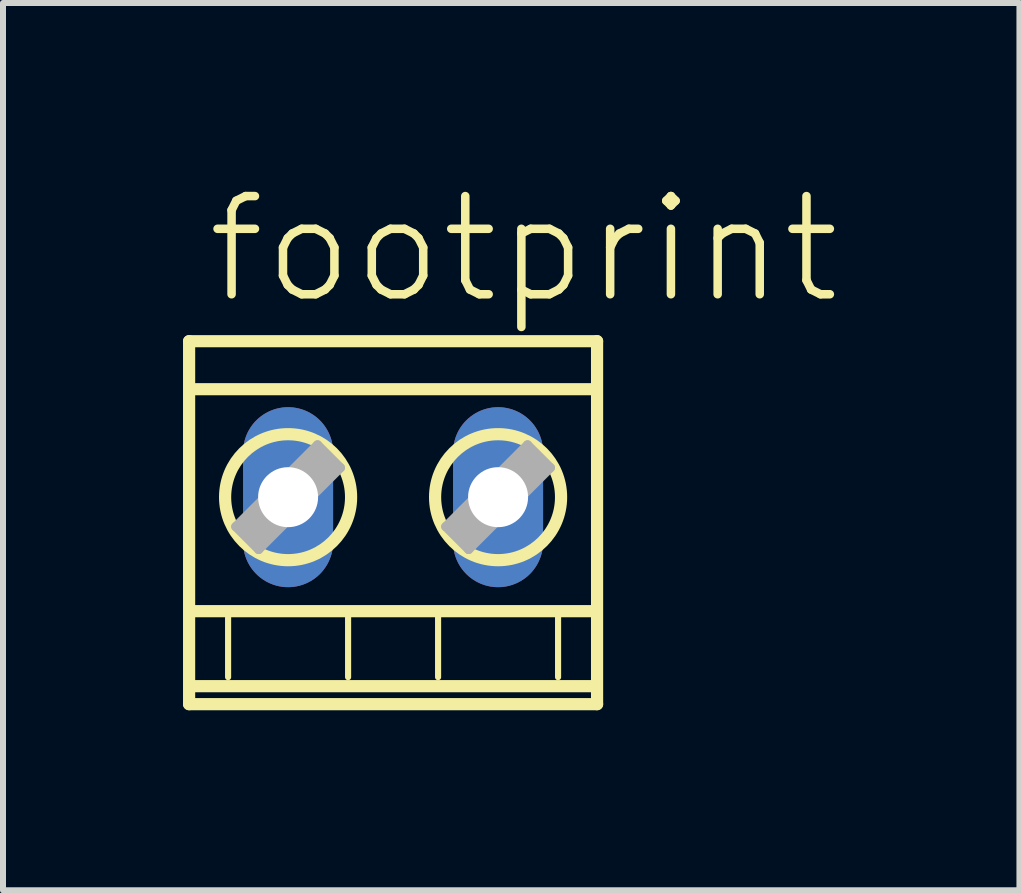
<source format=kicad_pcb>
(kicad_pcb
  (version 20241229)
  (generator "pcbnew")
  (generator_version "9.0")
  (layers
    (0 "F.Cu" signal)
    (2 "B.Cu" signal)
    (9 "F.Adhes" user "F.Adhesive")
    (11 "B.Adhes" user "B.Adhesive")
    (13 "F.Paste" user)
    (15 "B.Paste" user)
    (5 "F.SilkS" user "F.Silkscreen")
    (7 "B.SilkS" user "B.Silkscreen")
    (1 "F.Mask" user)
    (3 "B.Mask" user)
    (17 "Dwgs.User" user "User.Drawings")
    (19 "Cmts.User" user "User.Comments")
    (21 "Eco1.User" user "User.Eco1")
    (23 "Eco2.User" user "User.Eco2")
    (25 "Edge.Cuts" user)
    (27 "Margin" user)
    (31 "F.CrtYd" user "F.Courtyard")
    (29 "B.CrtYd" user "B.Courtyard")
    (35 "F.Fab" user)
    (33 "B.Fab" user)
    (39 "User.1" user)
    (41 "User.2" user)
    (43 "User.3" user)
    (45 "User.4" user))
  (footprint "footprint"
    (layer "F.Cu")
    (at 3.502 5.237)
    (property "Reference" "footprint" (at -3.175 -3.175 0) (layer "F.SilkS") (effects (font (size 1.636 1.636) (thickness 0.142)) (justify left bottom)))
    (fp_line (start -3.4 -2.6) (end 3.4 -2.6) (stroke (width 0.203) (type solid)) (layer "F.SilkS"))
    (fp_line (start -3.4 3.45) (end -3.4 -2.6) (stroke (width 0.203) (type solid)) (layer "F.SilkS"))
    (fp_line (start -3.3 3.15) (end 3.3 3.15) (stroke (width 0.203) (type solid)) (layer "F.SilkS"))
    (fp_line (start -2.75 2) (end -2.75 3) (stroke (width 0.102) (type solid)) (layer "F.SilkS"))
    (fp_line (start -0.75 2) (end -0.75 3) (stroke (width 0.102) (type solid)) (layer "F.SilkS"))
    (fp_line (start 0.75 2) (end 0.75 3) (stroke (width 0.102) (type solid)) (layer "F.SilkS"))
    (fp_line (start 2.75 2) (end 2.75 3) (stroke (width 0.102) (type solid)) (layer "F.SilkS"))
    (fp_line (start 3.3 1.9) (end -3.3 1.9) (stroke (width 0.203) (type solid)) (layer "F.SilkS"))
    (fp_line (start 3.35 -1.8) (end -3.3 -1.8) (stroke (width 0.203) (type solid)) (layer "F.SilkS"))
    (fp_line (start 3.4 -2.6) (end 3.4 3.45) (stroke (width 0.203) (type solid)) (layer "F.SilkS"))
    (fp_line (start 3.4 3.45) (end -3.4 3.45) (stroke (width 0.203) (type solid)) (layer "F.SilkS"))
    (fp_circle (center -1.75 0) (end -0.7 0) (stroke (width 0.203) (type solid)) (fill no) (layer "F.SilkS"))
    (fp_circle (center 1.75 0) (end 2.8 0) (stroke (width 0.203) (type solid)) (fill no) (layer "F.SilkS"))
    (fp_line (start -2.241 0.872) (end -2.622 0.491) (stroke (width 0.152) (type solid)) (layer "F.Fab"))
    (fp_line (start -1.259 -0.872) (end -2.622 0.491) (stroke (width 0.152) (type solid)) (layer "F.Fab"))
    (fp_line (start -1.259 -0.491) (end -2.241 0.491) (stroke (width 0.61) (type solid)) (layer "F.Fab"))
    (fp_line (start -0.878 -0.491) (end -2.241 0.872) (stroke (width 0.152) (type solid)) (layer "F.Fab"))
    (fp_line (start -0.878 -0.491) (end -1.259 -0.872) (stroke (width 0.152) (type solid)) (layer "F.Fab"))
    (fp_line (start 1.259 0.872) (end 0.878 0.491) (stroke (width 0.152) (type solid)) (layer "F.Fab"))
    (fp_line (start 2.241 -0.872) (end 0.878 0.491) (stroke (width 0.152) (type solid)) (layer "F.Fab"))
    (fp_line (start 2.241 -0.491) (end 1.259 0.491) (stroke (width 0.61) (type solid)) (layer "F.Fab"))
    (fp_line (start 2.622 -0.491) (end 1.259 0.872) (stroke (width 0.152) (type solid)) (layer "F.Fab"))
    (fp_line (start 2.622 -0.491) (end 2.241 -0.872) (stroke (width 0.152) (type solid)) (layer "F.Fab"))
    (pad "1" thru_hole oval (at -1.75 0 90) (size 3 1.5) (drill 1) (layers "*.Cu" "*.Mask"))
    (pad "2" thru_hole oval (at 1.75 0 90) (size 3 1.5) (drill 1) (layers "*.Cu" "*.Mask")))
  (gr_rect
    (start -3 -3)
    (end 13.942 11.789)
    (stroke (width 0.1) (type default))
    (fill no)
    (layer "Edge.Cuts")))
</source>
